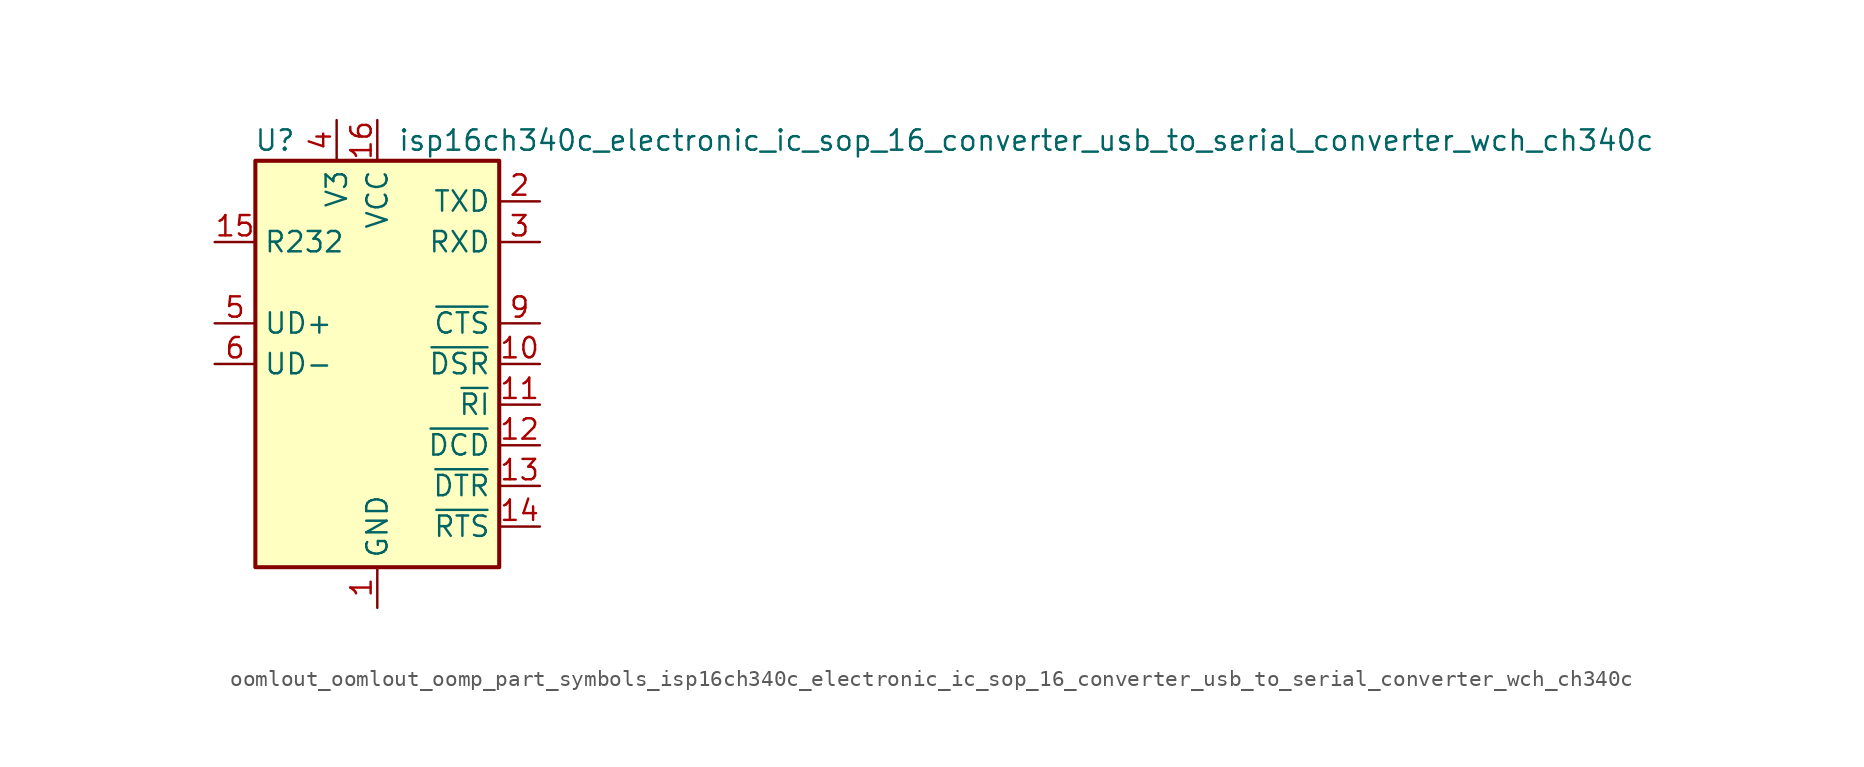
<source format=kicad_sym>
(kicad_symbol_lib
  (version 20220914)
  (generator kicad_symbol_editor)
  (symbol "oomlout_oomlout_oomp_part_symbols_isp16ch340c_electronic_ic_sop_16_converter_usb_to_serial_converter_wch_ch340c"
    (property "Reference" "U"
      (at -5.08 13.97 0)
      (effects (font (size 1.27 1.27)) (justify right)))
    (property "Value" "isp16ch340c_electronic_ic_sop_16_converter_usb_to_serial_converter_wch_ch340c"
      (at 1.27 13.97 0)
      (effects (font (size 1.27 1.27)) (justify left)))
    (symbol "oomlout_oomlout_oomp_part_symbols_isp16ch340c_electronic_ic_sop_16_converter_usb_to_serial_converter_wch_ch340c_0_1"
      (rectangle (start -7.62 12.7) (end 7.62 -12.7) (stroke (width 0.254) (type default)) (fill (type background))))
    (symbol "oomlout_oomlout_oomp_part_symbols_isp16ch340c_electronic_ic_sop_16_converter_usb_to_serial_converter_wch_ch340c_1_1"
      (pin power_in line (at 0 -15.24 90) (length 2.54) (name "GND" (effects (font (size 1.27 1.27)))) (number "1" (effects (font (size 1.27 1.27)))))
      (pin input line (at 10.16 0 180) (length 2.54) (name "~{DSR}" (effects (font (size 1.27 1.27)))) (number "10" (effects (font (size 1.27 1.27)))))
      (pin input line (at 10.16 -2.54 180) (length 2.54) (name "~{RI}" (effects (font (size 1.27 1.27)))) (number "11" (effects (font (size 1.27 1.27)))))
      (pin input line (at 10.16 -5.08 180) (length 2.54) (name "~{DCD}" (effects (font (size 1.27 1.27)))) (number "12" (effects (font (size 1.27 1.27)))))
      (pin output line (at 10.16 -7.62 180) (length 2.54) (name "~{DTR}" (effects (font (size 1.27 1.27)))) (number "13" (effects (font (size 1.27 1.27)))))
      (pin output line (at 10.16 -10.16 180) (length 2.54) (name "~{RTS}" (effects (font (size 1.27 1.27)))) (number "14" (effects (font (size 1.27 1.27)))))
      (pin input line (at -10.16 7.62 0) (length 2.54) (name "R232" (effects (font (size 1.27 1.27)))) (number "15" (effects (font (size 1.27 1.27)))))
      (pin power_in line (at 0 15.24 270) (length 2.54) (name "VCC" (effects (font (size 1.27 1.27)))) (number "16" (effects (font (size 1.27 1.27)))))
      (pin output line (at 10.16 10.16 180) (length 2.54) (name "TXD" (effects (font (size 1.27 1.27)))) (number "2" (effects (font (size 1.27 1.27)))))
      (pin input line (at 10.16 7.62 180) (length 2.54) (name "RXD" (effects (font (size 1.27 1.27)))) (number "3" (effects (font (size 1.27 1.27)))))
      (pin passive line (at -2.54 15.24 270) (length 2.54) (name "V3" (effects (font (size 1.27 1.27)))) (number "4" (effects (font (size 1.27 1.27)))))
      (pin bidirectional line (at -10.16 2.54 0) (length 2.54) (name "UD+" (effects (font (size 1.27 1.27)))) (number "5" (effects (font (size 1.27 1.27)))))
      (pin bidirectional line (at -10.16 0 0) (length 2.54) (name "UD-" (effects (font (size 1.27 1.27)))) (number "6" (effects (font (size 1.27 1.27)))))
      (pin no_connect line (at -7.62 -7.62 0) (length 2.54) hide (name "NC" (effects (font (size 1.27 1.27)))) (number "7" (effects (font (size 1.27 1.27)))))
      (pin no_connect line (at -7.62 -10.16 0) (length 2.54) hide (name "NC" (effects (font (size 1.27 1.27)))) (number "8" (effects (font (size 1.27 1.27)))))
      (pin input line (at 10.16 2.54 180) (length 2.54) (name "~{CTS}" (effects (font (size 1.27 1.27)))) (number "9" (effects (font (size 1.27 1.27))))))))
</source>
